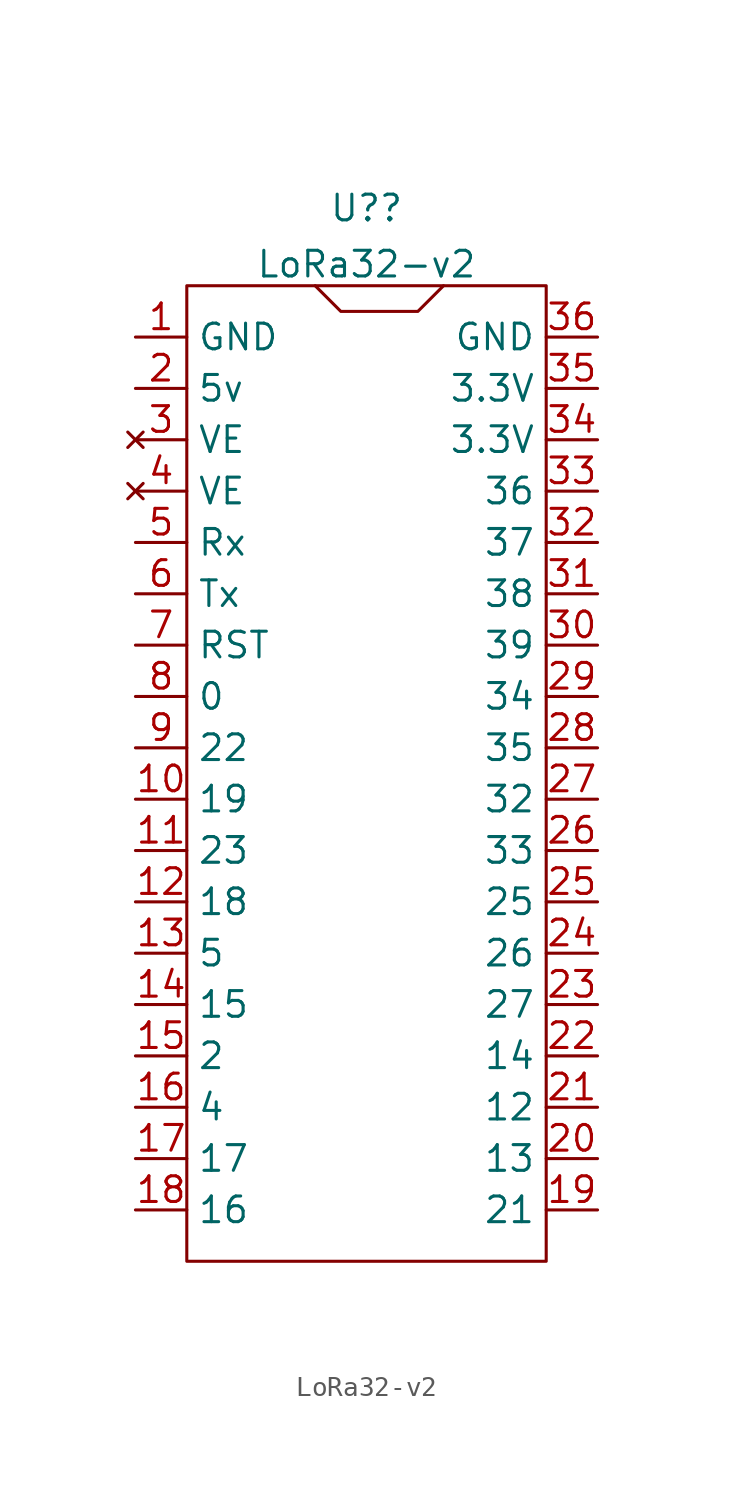
<source format=kicad_sym>
(kicad_symbol_lib
  (version 20211014)
  (generator kicad_symbol_editor)
  (symbol "LoRa32-v2"
    (property "Reference" "U?"
      (at -17.78 47.02 0)
      (effects (font (size 1.27 1.27))))
    (property "Value" "LoRa32-v2"
      (at -17.78 44.244 0)
      (effects (font (size 1.27 1.27))))
    (symbol "LoRa32-v2_0_1"
      (rectangle (start -26.67 43.18) (end -8.89 -5.08) (stroke (width 0) (type default) (color 0 0 0 0)) (fill (type none)))
      (polyline (pts (xy -20.32 43.18) (xy -19.05 41.91) (xy -15.24 41.91) (xy -13.97 43.18)) (stroke (width 0) (type default) (color 0 0 0 0)) (fill (type none))))
    (symbol "LoRa32-v2_1_1"
      (pin power_in line (at -29.21 40.64 0) (length 2.54) (name "GND" (effects (font (size 1.27 1.27)))) (number "1" (effects (font (size 1.27 1.27)))))
      (pin bidirectional line (at -29.21 17.78 0) (length 2.54) (name "19" (effects (font (size 1.27 1.27)))) (number "10" (effects (font (size 1.27 1.27)))))
      (pin bidirectional line (at -29.21 15.24 0) (length 2.54) (name "23" (effects (font (size 1.27 1.27)))) (number "11" (effects (font (size 1.27 1.27)))))
      (pin bidirectional line (at -29.21 12.7 0) (length 2.54) (name "18" (effects (font (size 1.27 1.27)))) (number "12" (effects (font (size 1.27 1.27)))))
      (pin bidirectional line (at -29.21 10.16 0) (length 2.54) (name "5" (effects (font (size 1.27 1.27)))) (number "13" (effects (font (size 1.27 1.27)))))
      (pin bidirectional line (at -29.21 7.62 0) (length 2.54) (name "15" (effects (font (size 1.27 1.27)))) (number "14" (effects (font (size 1.27 1.27)))))
      (pin bidirectional line (at -29.21 5.08 0) (length 2.54) (name "2" (effects (font (size 1.27 1.27)))) (number "15" (effects (font (size 1.27 1.27)))))
      (pin bidirectional line (at -29.21 2.54 0) (length 2.54) (name "4" (effects (font (size 1.27 1.27)))) (number "16" (effects (font (size 1.27 1.27)))))
      (pin bidirectional line (at -29.21 0 0) (length 2.54) (name "17" (effects (font (size 1.27 1.27)))) (number "17" (effects (font (size 1.27 1.27)))))
      (pin bidirectional line (at -29.21 -2.54 0) (length 2.54) (name "16" (effects (font (size 1.27 1.27)))) (number "18" (effects (font (size 1.27 1.27)))))
      (pin bidirectional line (at -6.35 -2.54 180) (length 2.54) (name "21" (effects (font (size 1.27 1.27)))) (number "19" (effects (font (size 1.27 1.27)))))
      (pin power_in line (at -29.21 38.1 0) (length 2.54) (name "5v" (effects (font (size 1.27 1.27)))) (number "2" (effects (font (size 1.27 1.27)))))
      (pin bidirectional line (at -6.35 0 180) (length 2.54) (name "13" (effects (font (size 1.27 1.27)))) (number "20" (effects (font (size 1.27 1.27)))))
      (pin bidirectional line (at -6.35 2.54 180) (length 2.54) (name "12" (effects (font (size 1.27 1.27)))) (number "21" (effects (font (size 1.27 1.27)))))
      (pin bidirectional line (at -6.35 5.08 180) (length 2.54) (name "14" (effects (font (size 1.27 1.27)))) (number "22" (effects (font (size 1.27 1.27)))))
      (pin bidirectional line (at -6.35 7.62 180) (length 2.54) (name "27" (effects (font (size 1.27 1.27)))) (number "23" (effects (font (size 1.27 1.27)))))
      (pin bidirectional line (at -6.35 10.16 180) (length 2.54) (name "26" (effects (font (size 1.27 1.27)))) (number "24" (effects (font (size 1.27 1.27)))))
      (pin bidirectional line (at -6.35 12.7 180) (length 2.54) (name "25" (effects (font (size 1.27 1.27)))) (number "25" (effects (font (size 1.27 1.27)))))
      (pin bidirectional line (at -6.35 15.24 180) (length 2.54) (name "33" (effects (font (size 1.27 1.27)))) (number "26" (effects (font (size 1.27 1.27)))))
      (pin bidirectional line (at -6.35 17.78 180) (length 2.54) (name "32" (effects (font (size 1.27 1.27)))) (number "27" (effects (font (size 1.27 1.27)))))
      (pin bidirectional line (at -6.35 20.32 180) (length 2.54) (name "35" (effects (font (size 1.27 1.27)))) (number "28" (effects (font (size 1.27 1.27)))))
      (pin bidirectional line (at -6.35 22.86 180) (length 2.54) (name "34" (effects (font (size 1.27 1.27)))) (number "29" (effects (font (size 1.27 1.27)))))
      (pin no_connect line (at -29.21 35.56 0) (length 2.54) (name "VE" (effects (font (size 1.27 1.27)))) (number "3" (effects (font (size 1.27 1.27)))))
      (pin bidirectional line (at -6.35 25.4 180) (length 2.54) (name "39" (effects (font (size 1.27 1.27)))) (number "30" (effects (font (size 1.27 1.27)))))
      (pin bidirectional line (at -6.35 27.94 180) (length 2.54) (name "38" (effects (font (size 1.27 1.27)))) (number "31" (effects (font (size 1.27 1.27)))))
      (pin bidirectional line (at -6.35 30.48 180) (length 2.54) (name "37" (effects (font (size 1.27 1.27)))) (number "32" (effects (font (size 1.27 1.27)))))
      (pin bidirectional line (at -6.35 33.02 180) (length 2.54) (name "36" (effects (font (size 1.27 1.27)))) (number "33" (effects (font (size 1.27 1.27)))))
      (pin power_in line (at -6.35 35.56 180) (length 2.54) (name "3.3V" (effects (font (size 1.27 1.27)))) (number "34" (effects (font (size 1.27 1.27)))))
      (pin power_in line (at -6.35 38.1 180) (length 2.54) (name "3.3V" (effects (font (size 1.27 1.27)))) (number "35" (effects (font (size 1.27 1.27)))))
      (pin power_in line (at -6.35 40.64 180) (length 2.54) (name "GND" (effects (font (size 1.27 1.27)))) (number "36" (effects (font (size 1.27 1.27)))))
      (pin no_connect line (at -29.21 33.02 0) (length 2.54) (name "VE" (effects (font (size 1.27 1.27)))) (number "4" (effects (font (size 1.27 1.27)))))
      (pin bidirectional line (at -29.21 30.48 0) (length 2.54) (name "Rx" (effects (font (size 1.27 1.27)))) (number "5" (effects (font (size 1.27 1.27)))))
      (pin bidirectional line (at -29.21 27.94 0) (length 2.54) (name "Tx" (effects (font (size 1.27 1.27)))) (number "6" (effects (font (size 1.27 1.27)))))
      (pin input line (at -29.21 25.4 0) (length 2.54) (name "RST" (effects (font (size 1.27 1.27)))) (number "7" (effects (font (size 1.27 1.27)))))
      (pin bidirectional line (at -29.21 22.86 0) (length 2.54) (name "0" (effects (font (size 1.27 1.27)))) (number "8" (effects (font (size 1.27 1.27)))))
      (pin bidirectional line (at -29.21 20.32 0) (length 2.54) (name "22" (effects (font (size 1.27 1.27)))) (number "9" (effects (font (size 1.27 1.27))))))))
</source>
